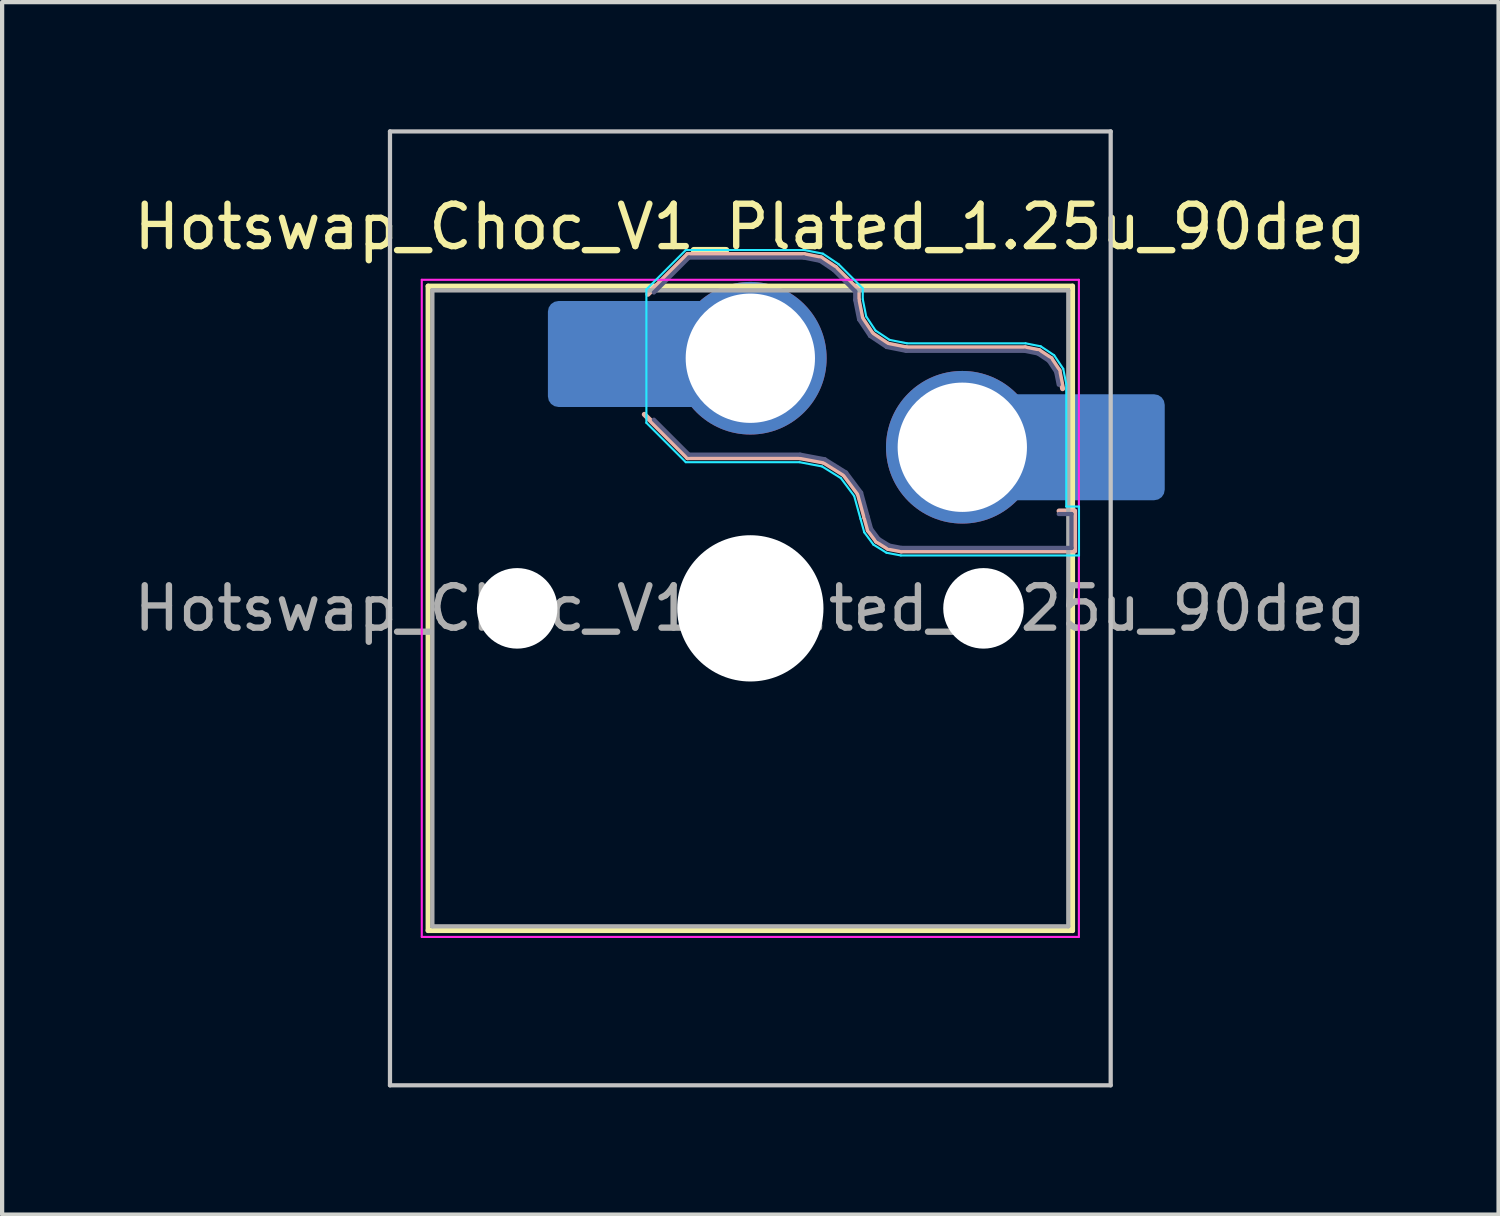
<source format=kicad_pcb>
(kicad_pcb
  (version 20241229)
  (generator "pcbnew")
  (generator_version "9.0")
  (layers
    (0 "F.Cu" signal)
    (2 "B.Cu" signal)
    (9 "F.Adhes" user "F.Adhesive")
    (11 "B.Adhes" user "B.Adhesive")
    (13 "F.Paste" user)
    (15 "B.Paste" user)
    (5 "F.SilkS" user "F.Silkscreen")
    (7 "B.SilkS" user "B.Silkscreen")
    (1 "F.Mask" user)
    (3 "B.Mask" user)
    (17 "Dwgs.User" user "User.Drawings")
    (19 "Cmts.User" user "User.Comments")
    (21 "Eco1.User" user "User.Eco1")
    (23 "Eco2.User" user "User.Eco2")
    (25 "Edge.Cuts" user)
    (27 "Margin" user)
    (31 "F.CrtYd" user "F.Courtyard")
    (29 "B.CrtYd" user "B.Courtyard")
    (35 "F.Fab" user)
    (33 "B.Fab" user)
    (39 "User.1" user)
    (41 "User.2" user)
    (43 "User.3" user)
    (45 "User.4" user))
  (footprint "Hotswap_Choc_V1_Plated_1.25u_90deg"
    (layer "F.Cu")
    (at 14.649 11.3)
    (property "Reference" "Hotswap_Choc_V1_Plated_1.25u_90deg" (at 0 -9 0) (layer "F.SilkS") (effects (font (size 1 1) (thickness 0.15))))
    (attr smd)
    (fp_line (start -7.6 -7.6) (end -7.6 7.6) (stroke (width 0.12) (type solid)) (layer "F.SilkS"))
    (fp_line (start -7.6 7.6) (end 7.6 7.6) (stroke (width 0.12) (type solid)) (layer "F.SilkS"))
    (fp_line (start 7.6 -7.6) (end -7.6 -7.6) (stroke (width 0.12) (type solid)) (layer "F.SilkS"))
    (fp_line (start 7.6 7.6) (end 7.6 -7.6) (stroke (width 0.12) (type solid)) (layer "F.SilkS"))
    (fp_line (start -2.416 -7.409) (end -1.479 -8.346) (stroke (width 0.12) (type solid)) (layer "B.SilkS"))
    (fp_line (start -1.479 -8.346) (end 1.268 -8.346) (stroke (width 0.12) (type solid)) (layer "B.SilkS"))
    (fp_line (start -1.479 -3.554) (end -2.5 -4.575) (stroke (width 0.12) (type solid)) (layer "B.SilkS"))
    (fp_line (start 1.168 -3.554) (end -1.479 -3.554) (stroke (width 0.12) (type solid)) (layer "B.SilkS"))
    (fp_line (start 1.268 -8.346) (end 1.671 -8.266) (stroke (width 0.12) (type solid)) (layer "B.SilkS"))
    (fp_line (start 1.671 -8.266) (end 2.013 -8.037) (stroke (width 0.12) (type solid)) (layer "B.SilkS"))
    (fp_line (start 1.73 -3.449) (end 1.168 -3.554) (stroke (width 0.12) (type solid)) (layer "B.SilkS"))
    (fp_line (start 2.013 -8.037) (end 2.546 -7.504) (stroke (width 0.12) (type solid)) (layer "B.SilkS"))
    (fp_line (start 2.209 -3.15) (end 1.73 -3.449) (stroke (width 0.12) (type solid)) (layer "B.SilkS"))
    (fp_line (start 2.546 -7.504) (end 2.546 -7.282) (stroke (width 0.12) (type solid)) (layer "B.SilkS"))
    (fp_line (start 2.546 -7.282) (end 2.633 -6.844) (stroke (width 0.12) (type solid)) (layer "B.SilkS"))
    (fp_line (start 2.547 -2.697) (end 2.209 -3.15) (stroke (width 0.12) (type solid)) (layer "B.SilkS"))
    (fp_line (start 2.633 -6.844) (end 2.877 -6.477) (stroke (width 0.12) (type solid)) (layer "B.SilkS"))
    (fp_line (start 2.701 -2.139) (end 2.547 -2.697) (stroke (width 0.12) (type solid)) (layer "B.SilkS"))
    (fp_line (start 2.783 -1.841) (end 2.701 -2.139) (stroke (width 0.12) (type solid)) (layer "B.SilkS"))
    (fp_line (start 2.877 -6.477) (end 3.244 -6.233) (stroke (width 0.12) (type solid)) (layer "B.SilkS"))
    (fp_line (start 2.976 -1.583) (end 2.783 -1.841) (stroke (width 0.12) (type solid)) (layer "B.SilkS"))
    (fp_line (start 3.244 -6.233) (end 3.682 -6.146) (stroke (width 0.12) (type solid)) (layer "B.SilkS"))
    (fp_line (start 3.25 -1.413) (end 2.976 -1.583) (stroke (width 0.12) (type solid)) (layer "B.SilkS"))
    (fp_line (start 3.56 -1.354) (end 3.25 -1.413) (stroke (width 0.12) (type solid)) (layer "B.SilkS"))
    (fp_line (start 3.682 -6.146) (end 6.482 -6.146) (stroke (width 0.12) (type solid)) (layer "B.SilkS"))
    (fp_line (start 6.482 -6.146) (end 6.809 -6.081) (stroke (width 0.12) (type solid)) (layer "B.SilkS"))
    (fp_line (start 6.809 -6.081) (end 7.092 -5.892) (stroke (width 0.12) (type solid)) (layer "B.SilkS"))
    (fp_line (start 7.092 -5.892) (end 7.281 -5.609) (stroke (width 0.12) (type solid)) (layer "B.SilkS"))
    (fp_line (start 7.281 -5.609) (end 7.366 -5.182) (stroke (width 0.12) (type solid)) (layer "B.SilkS"))
    (fp_line (start 7.283 -2.296) (end 7.646 -2.296) (stroke (width 0.12) (type solid)) (layer "B.SilkS"))
    (fp_line (start 7.646 -2.296) (end 7.646 -1.354) (stroke (width 0.12) (type solid)) (layer "B.SilkS"))
    (fp_line (start 7.646 -1.354) (end 3.56 -1.354) (stroke (width 0.12) (type solid)) (layer "B.SilkS"))
    (fp_line (start -8.5 -11.25) (end 8.5 -11.25) (stroke (width 0.1) (type solid)) (layer "Dwgs.User"))
    (fp_line (start -8.5 11.25) (end -8.5 -11.25) (stroke (width 0.1) (type solid)) (layer "Dwgs.User"))
    (fp_line (start 8.5 -11.25) (end 8.5 11.25) (stroke (width 0.1) (type solid)) (layer "Dwgs.User"))
    (fp_line (start 8.5 11.25) (end -8.5 11.25) (stroke (width 0.1) (type solid)) (layer "Dwgs.User"))
    (fp_line (start -7.25 -7.25) (end -7.25 7.25) (stroke (width 0.1) (type solid)) (layer "Eco1.User"))
    (fp_line (start -7.25 7.25) (end 7.25 7.25) (stroke (width 0.1) (type solid)) (layer "Eco1.User"))
    (fp_line (start 7.25 -7.25) (end -7.25 -7.25) (stroke (width 0.1) (type solid)) (layer "Eco1.User"))
    (fp_line (start 7.25 7.25) (end 7.25 -7.25) (stroke (width 0.1) (type solid)) (layer "Eco1.User"))
    (fp_line (start -2.452 -7.523) (end -1.523 -8.452) (stroke (width 0.05) (type solid)) (layer "B.CrtYd"))
    (fp_line (start -2.452 -4.377) (end -2.452 -7.523) (stroke (width 0.05) (type solid)) (layer "B.CrtYd"))
    (fp_line (start -1.523 -8.452) (end 1.278 -8.452) (stroke (width 0.05) (type solid)) (layer "B.CrtYd"))
    (fp_line (start -1.523 -3.448) (end -2.452 -4.377) (stroke (width 0.05) (type solid)) (layer "B.CrtYd"))
    (fp_line (start 1.159 -3.448) (end -1.523 -3.448) (stroke (width 0.05) (type solid)) (layer "B.CrtYd"))
    (fp_line (start 1.278 -8.452) (end 1.712 -8.366) (stroke (width 0.05) (type solid)) (layer "B.CrtYd"))
    (fp_line (start 1.691 -3.348) (end 1.159 -3.448) (stroke (width 0.05) (type solid)) (layer "B.CrtYd"))
    (fp_line (start 1.712 -8.366) (end 2.081 -8.119) (stroke (width 0.05) (type solid)) (layer "B.CrtYd"))
    (fp_line (start 2.081 -8.119) (end 2.652 -7.548) (stroke (width 0.05) (type solid)) (layer "B.CrtYd"))
    (fp_line (start 2.136 -3.071) (end 1.691 -3.348) (stroke (width 0.05) (type solid)) (layer "B.CrtYd"))
    (fp_line (start 2.45 -2.65) (end 2.136 -3.071) (stroke (width 0.05) (type solid)) (layer "B.CrtYd"))
    (fp_line (start 2.599 -2.111) (end 2.45 -2.65) (stroke (width 0.05) (type solid)) (layer "B.CrtYd"))
    (fp_line (start 2.652 -7.548) (end 2.652 -7.292) (stroke (width 0.05) (type solid)) (layer "B.CrtYd"))
    (fp_line (start 2.652 -7.292) (end 2.733 -6.885) (stroke (width 0.05) (type solid)) (layer "B.CrtYd"))
    (fp_line (start 2.687 -1.794) (end 2.599 -2.111) (stroke (width 0.05) (type solid)) (layer "B.CrtYd"))
    (fp_line (start 2.733 -6.885) (end 2.953 -6.553) (stroke (width 0.05) (type solid)) (layer "B.CrtYd"))
    (fp_line (start 2.903 -1.503) (end 2.687 -1.794) (stroke (width 0.05) (type solid)) (layer "B.CrtYd"))
    (fp_line (start 2.953 -6.553) (end 3.285 -6.333) (stroke (width 0.05) (type solid)) (layer "B.CrtYd"))
    (fp_line (start 3.211 -1.312) (end 2.903 -1.503) (stroke (width 0.05) (type solid)) (layer "B.CrtYd"))
    (fp_line (start 3.285 -6.333) (end 3.692 -6.252) (stroke (width 0.05) (type solid)) (layer "B.CrtYd"))
    (fp_line (start 3.55 -1.248) (end 3.211 -1.312) (stroke (width 0.05) (type solid)) (layer "B.CrtYd"))
    (fp_line (start 3.692 -6.252) (end 6.492 -6.252) (stroke (width 0.05) (type solid)) (layer "B.CrtYd"))
    (fp_line (start 6.492 -6.252) (end 6.85 -6.181) (stroke (width 0.05) (type solid)) (layer "B.CrtYd"))
    (fp_line (start 6.85 -6.181) (end 7.168 -5.968) (stroke (width 0.05) (type solid)) (layer "B.CrtYd"))
    (fp_line (start 7.168 -5.968) (end 7.381 -5.65) (stroke (width 0.05) (type solid)) (layer "B.CrtYd"))
    (fp_line (start 7.381 -5.65) (end 7.452 -5.292) (stroke (width 0.05) (type solid)) (layer "B.CrtYd"))
    (fp_line (start 7.452 -5.292) (end 7.452 -2.402) (stroke (width 0.05) (type solid)) (layer "B.CrtYd"))
    (fp_line (start 7.452 -2.402) (end 7.752 -2.402) (stroke (width 0.05) (type solid)) (layer "B.CrtYd"))
    (fp_line (start 7.752 -2.402) (end 7.752 -1.248) (stroke (width 0.05) (type solid)) (layer "B.CrtYd"))
    (fp_line (start 7.752 -1.248) (end 3.55 -1.248) (stroke (width 0.05) (type solid)) (layer "B.CrtYd"))
    (fp_line (start -7.75 -7.75) (end -7.75 7.75) (stroke (width 0.05) (type solid)) (layer "F.CrtYd"))
    (fp_line (start -7.75 7.75) (end 7.75 7.75) (stroke (width 0.05) (type solid)) (layer "F.CrtYd"))
    (fp_line (start 7.75 -7.75) (end -7.75 -7.75) (stroke (width 0.05) (type solid)) (layer "F.CrtYd"))
    (fp_line (start 7.75 7.75) (end 7.75 -7.75) (stroke (width 0.05) (type solid)) (layer "F.CrtYd"))
    (fp_line (start -2.275 -7.45) (end -1.45 -8.275) (stroke (width 0.1) (type solid)) (layer "B.Fab"))
    (fp_line (start -1.45 -8.275) (end 1.261 -8.275) (stroke (width 0.1) (type solid)) (layer "B.Fab"))
    (fp_line (start -1.45 -3.625) (end -2.275 -4.45) (stroke (width 0.1) (type solid)) (layer "B.Fab"))
    (fp_line (start 1.175 -3.625) (end -1.45 -3.625) (stroke (width 0.1) (type solid)) (layer "B.Fab"))
    (fp_line (start 1.261 -8.275) (end 1.643 -8.199) (stroke (width 0.1) (type solid)) (layer "B.Fab"))
    (fp_line (start 1.643 -8.199) (end 1.968 -7.982) (stroke (width 0.1) (type solid)) (layer "B.Fab"))
    (fp_line (start 1.756 -3.516) (end 1.175 -3.625) (stroke (width 0.1) (type solid)) (layer "B.Fab"))
    (fp_line (start 1.968 -7.982) (end 2.475 -7.475) (stroke (width 0.1) (type solid)) (layer "B.Fab"))
    (fp_line (start 2.258 -3.203) (end 1.756 -3.516) (stroke (width 0.1) (type solid)) (layer "B.Fab"))
    (fp_line (start 2.475 -7.475) (end 2.475 -7.275) (stroke (width 0.1) (type solid)) (layer "B.Fab"))
    (fp_line (start 2.475 -7.275) (end 2.566 -6.816) (stroke (width 0.1) (type solid)) (layer "B.Fab"))
    (fp_line (start 2.566 -6.816) (end 2.826 -6.426) (stroke (width 0.1) (type solid)) (layer "B.Fab"))
    (fp_line (start 2.612 -2.729) (end 2.258 -3.203) (stroke (width 0.1) (type solid)) (layer "B.Fab"))
    (fp_line (start 2.769 -2.158) (end 2.612 -2.729) (stroke (width 0.1) (type solid)) (layer "B.Fab"))
    (fp_line (start 2.826 -6.426) (end 3.216 -6.166) (stroke (width 0.1) (type solid)) (layer "B.Fab"))
    (fp_line (start 2.848 -1.873) (end 2.769 -2.158) (stroke (width 0.1) (type solid)) (layer "B.Fab"))
    (fp_line (start 3.025 -1.636) (end 2.848 -1.873) (stroke (width 0.1) (type solid)) (layer "B.Fab"))
    (fp_line (start 3.216 -6.166) (end 3.675 -6.075) (stroke (width 0.1) (type solid)) (layer "B.Fab"))
    (fp_line (start 3.276 -1.48) (end 3.025 -1.636) (stroke (width 0.1) (type solid)) (layer "B.Fab"))
    (fp_line (start 3.567 -1.425) (end 3.276 -1.48) (stroke (width 0.1) (type solid)) (layer "B.Fab"))
    (fp_line (start 3.675 -6.075) (end 6.475 -6.075) (stroke (width 0.1) (type solid)) (layer "B.Fab"))
    (fp_line (start 6.475 -6.075) (end 6.781 -6.014) (stroke (width 0.1) (type solid)) (layer "B.Fab"))
    (fp_line (start 6.781 -6.014) (end 7.041 -5.841) (stroke (width 0.1) (type solid)) (layer "B.Fab"))
    (fp_line (start 7.041 -5.841) (end 7.214 -5.581) (stroke (width 0.1) (type solid)) (layer "B.Fab"))
    (fp_line (start 7.214 -5.581) (end 7.275 -5.275) (stroke (width 0.1) (type solid)) (layer "B.Fab"))
    (fp_line (start 7.275 -2.225) (end 7.575 -2.225) (stroke (width 0.1) (type solid)) (layer "B.Fab"))
    (fp_line (start 7.575 -2.225) (end 7.575 -1.425) (stroke (width 0.1) (type solid)) (layer "B.Fab"))
    (fp_line (start 7.575 -1.425) (end 3.567 -1.425) (stroke (width 0.1) (type solid)) (layer "B.Fab"))
    (fp_line (start -7.5 -7.5) (end -7.5 7.5) (stroke (width 0.1) (type solid)) (layer "F.Fab"))
    (fp_line (start -7.5 7.5) (end 7.5 7.5) (stroke (width 0.1) (type solid)) (layer "F.Fab"))
    (fp_line (start 7.5 -7.5) (end -7.5 -7.5) (stroke (width 0.1) (type solid)) (layer "F.Fab"))
    (fp_line (start 7.5 7.5) (end 7.5 -7.5) (stroke (width 0.1) (type solid)) (layer "F.Fab"))
    (fp_text user "${REFERENCE}" (at 0 0 0) (layer "F.Fab") (effects (font (size 1 1) (thickness 0.15))))
    (pad "" np_thru_hole circle (at -5.5 0) (size 1.9 1.9) (drill 1.9) (layers "*.Cu" "*.Mask"))
    (pad "" smd roundrect (at -3.5 -6) (size 2.55 2.5) (layers "B.Mask" "B.Paste") (roundrect_rratio 0.1))
    (pad "" np_thru_hole circle (at 0 0) (size 3.45 3.45) (drill 3.45) (layers "*.Cu" "*.Mask"))
    (pad "" np_thru_hole circle (at 5.5 0) (size 1.9 1.9) (drill 1.9) (layers "*.Cu" "*.Mask"))
    (pad "" smd roundrect (at 8.5 -3.8) (size 2.55 2.5) (layers "B.Mask" "B.Paste") (roundrect_rratio 0.1))
    (pad "1" smd roundrect (at -2.85 -6) (size 3.85 2.5) (layers "B.Cu") (roundrect_rratio 0.1))
    (pad "1" thru_hole circle (at 0 -5.9) (size 3.6 3.6) (drill 3.05) (layers "*.Cu" "*.Mask"))
    (pad "2" thru_hole circle (at 5 -3.8) (size 3.6 3.6) (drill 3.05) (layers "*.Cu" "*.Mask"))
    (pad "2" smd roundrect (at 7.85 -3.8) (size 3.85 2.5) (layers "B.Cu") (roundrect_rratio 0.1)))
  (gr_rect
    (start -3 -3)
    (end 32.298 25.6)
    (stroke (width 0.1) (type default))
    (fill no)
    (layer "Edge.Cuts")))
</source>
